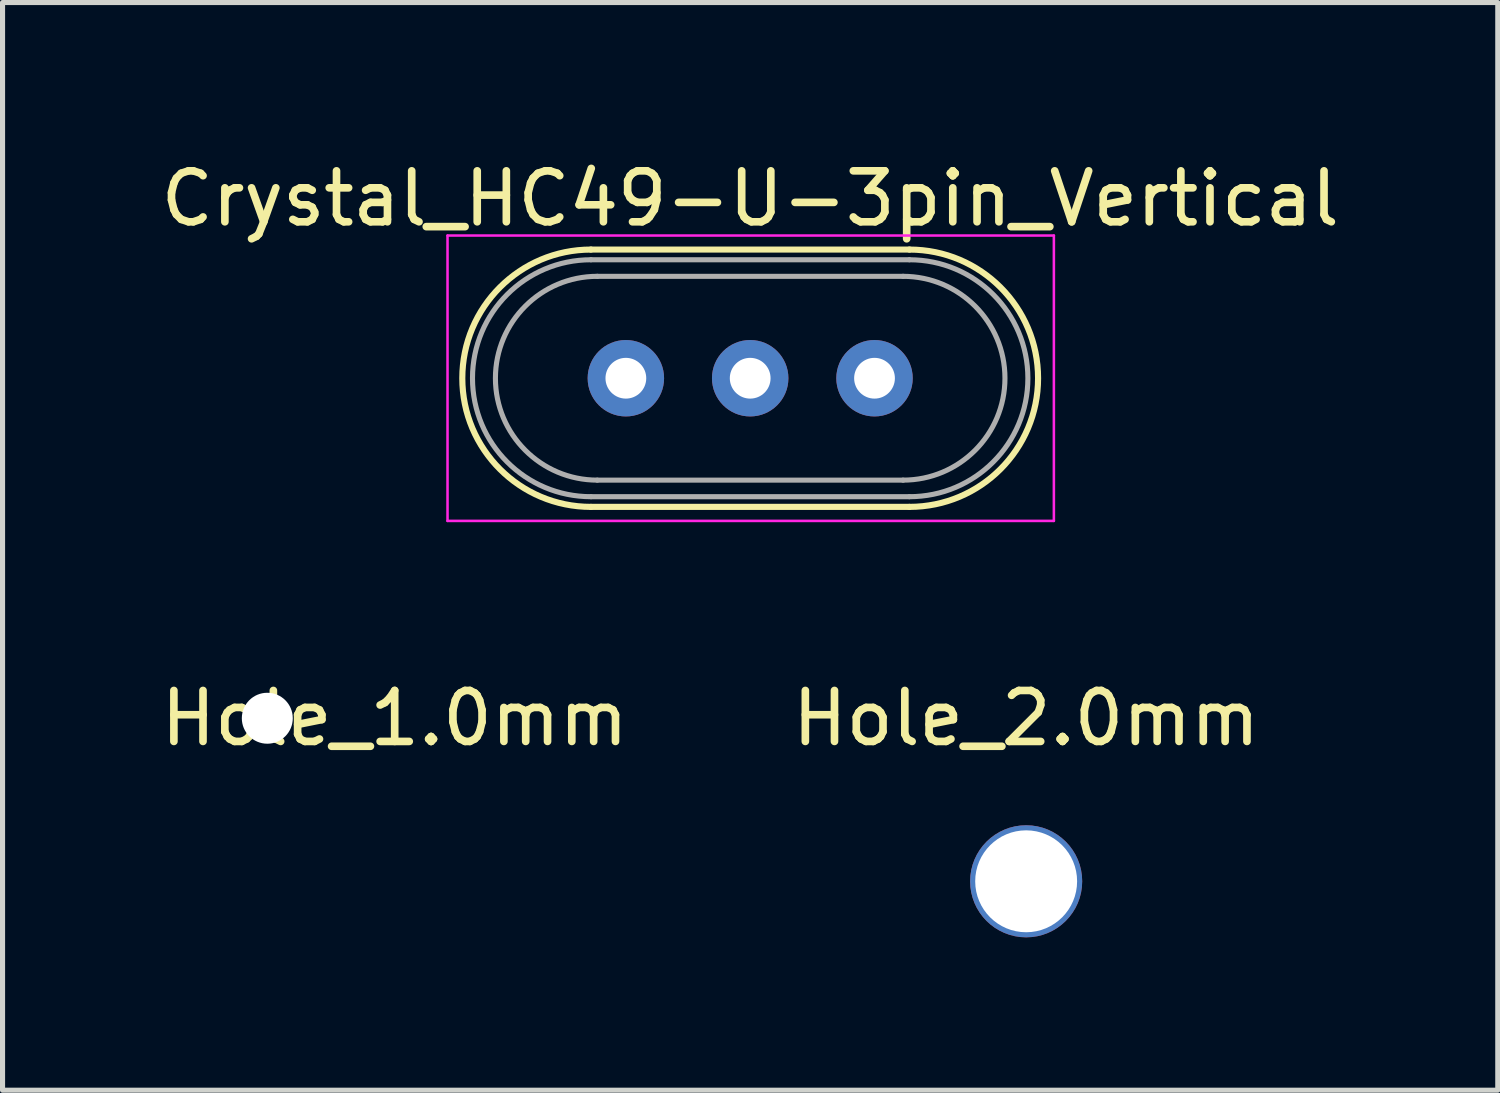
<source format=kicad_pcb>
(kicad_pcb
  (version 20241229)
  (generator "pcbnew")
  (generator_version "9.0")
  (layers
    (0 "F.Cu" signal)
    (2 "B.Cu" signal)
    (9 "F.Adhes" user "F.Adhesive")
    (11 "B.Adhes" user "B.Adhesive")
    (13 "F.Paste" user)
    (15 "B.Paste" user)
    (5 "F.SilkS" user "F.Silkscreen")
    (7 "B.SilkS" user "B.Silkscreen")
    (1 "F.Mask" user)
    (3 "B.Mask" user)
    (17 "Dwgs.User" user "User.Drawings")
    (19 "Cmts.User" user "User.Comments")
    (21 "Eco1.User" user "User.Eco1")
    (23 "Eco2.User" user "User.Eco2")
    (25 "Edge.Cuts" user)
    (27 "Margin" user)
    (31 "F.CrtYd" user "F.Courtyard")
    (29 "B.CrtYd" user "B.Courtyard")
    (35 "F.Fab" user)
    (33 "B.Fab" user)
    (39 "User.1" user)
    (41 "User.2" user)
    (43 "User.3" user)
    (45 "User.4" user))
  (footprint "Hole_2.0mm"
    (layer "F.Cu")
    (at 17.089 14.246)
    (property "Reference" "Hole_2.0mm" (at 0 -3.2 0) (layer "F.SilkS") (effects (font (size 1 1) (thickness 0.15))))
    (attr through_hole)
    (pad "" np_thru_hole circle (at 0 0) (size 2.2 2.2) (drill 2) (layers "*.Cu" "*.Mask")))
  (footprint "Hole_1.0mm"
    (layer "F.Cu")
    (at 2.196 11.046)
    (property "Reference" "Hole_1.0mm" (at 2.5 0 0) (layer "F.SilkS") (effects (font (size 1 1) (thickness 0.15))))
    (attr through_hole)
    (pad "" np_thru_hole circle (at 0 0) (size 1 1) (drill 1) (layers "*.Cu" "*.Mask")))
  (footprint "Crystal_HC49-U-3pin_Vertical"
    (layer "F.Cu")
    (at 9.233 4.373)
    (property "Reference" "Crystal_HC49-U-3pin_Vertical" (at 2.44 -3.525 0) (layer "F.SilkS") (effects (font (size 1 1) (thickness 0.15))))
    (attr through_hole)
    (fp_line (start -0.685 -2.525) (end 5.565 -2.525) (stroke (width 0.12) (type solid)) (layer "F.SilkS"))
    (fp_line (start -0.685 2.525) (end 5.565 2.525) (stroke (width 0.12) (type solid)) (layer "F.SilkS"))
    (fp_arc (start -0.685 2.525) (mid -3.21 0) (end -0.685 -2.525) (stroke (width 0.12) (type solid)) (layer "F.SilkS"))
    (fp_arc (start 5.565 -2.525) (mid 8.09 0) (end 5.565 2.525) (stroke (width 0.12) (type solid)) (layer "F.SilkS"))
    (fp_line (start -3.5 -2.8) (end -3.5 2.8) (stroke (width 0.05) (type solid)) (layer "F.CrtYd"))
    (fp_line (start -3.5 2.8) (end 8.4 2.8) (stroke (width 0.05) (type solid)) (layer "F.CrtYd"))
    (fp_line (start 8.4 -2.8) (end -3.5 -2.8) (stroke (width 0.05) (type solid)) (layer "F.CrtYd"))
    (fp_line (start 8.4 2.8) (end 8.4 -2.8) (stroke (width 0.05) (type solid)) (layer "F.CrtYd"))
    (fp_line (start -0.685 -2.325) (end 5.565 -2.325) (stroke (width 0.1) (type solid)) (layer "F.Fab"))
    (fp_line (start -0.685 2.325) (end 5.565 2.325) (stroke (width 0.1) (type solid)) (layer "F.Fab"))
    (fp_line (start -0.56 -2) (end 5.44 -2) (stroke (width 0.1) (type solid)) (layer "F.Fab"))
    (fp_line (start -0.56 2) (end 5.44 2) (stroke (width 0.1) (type solid)) (layer "F.Fab"))
    (fp_arc (start -0.685 2.325) (mid -3.01 0) (end -0.685 -2.325) (stroke (width 0.1) (type solid)) (layer "F.Fab"))
    (fp_arc (start -0.56 2) (mid -2.56 0) (end -0.56 -2) (stroke (width 0.1) (type solid)) (layer "F.Fab"))
    (fp_arc (start 5.44 -2) (mid 7.44 0) (end 5.44 2) (stroke (width 0.1) (type solid)) (layer "F.Fab"))
    (fp_arc (start 5.565 -2.325) (mid 7.89 0) (end 5.565 2.325) (stroke (width 0.1) (type solid)) (layer "F.Fab"))
    (pad "1" thru_hole circle (at 0 0) (size 1.5 1.5) (drill 0.8) (layers "*.Cu" "*.Mask"))
    (pad "2" thru_hole circle (at 4.88 0) (size 1.5 1.5) (drill 0.8) (layers "*.Cu" "*.Mask"))
    (pad "3" thru_hole circle (at 2.44 0) (size 1.5 1.5) (drill 0.8) (layers "*.Cu" "*.Mask")))
  (gr_rect
    (start -3 -3)
    (end 26.345 18.346)
    (stroke (width 0.1) (type default))
    (fill no)
    (layer "Edge.Cuts")))
</source>
